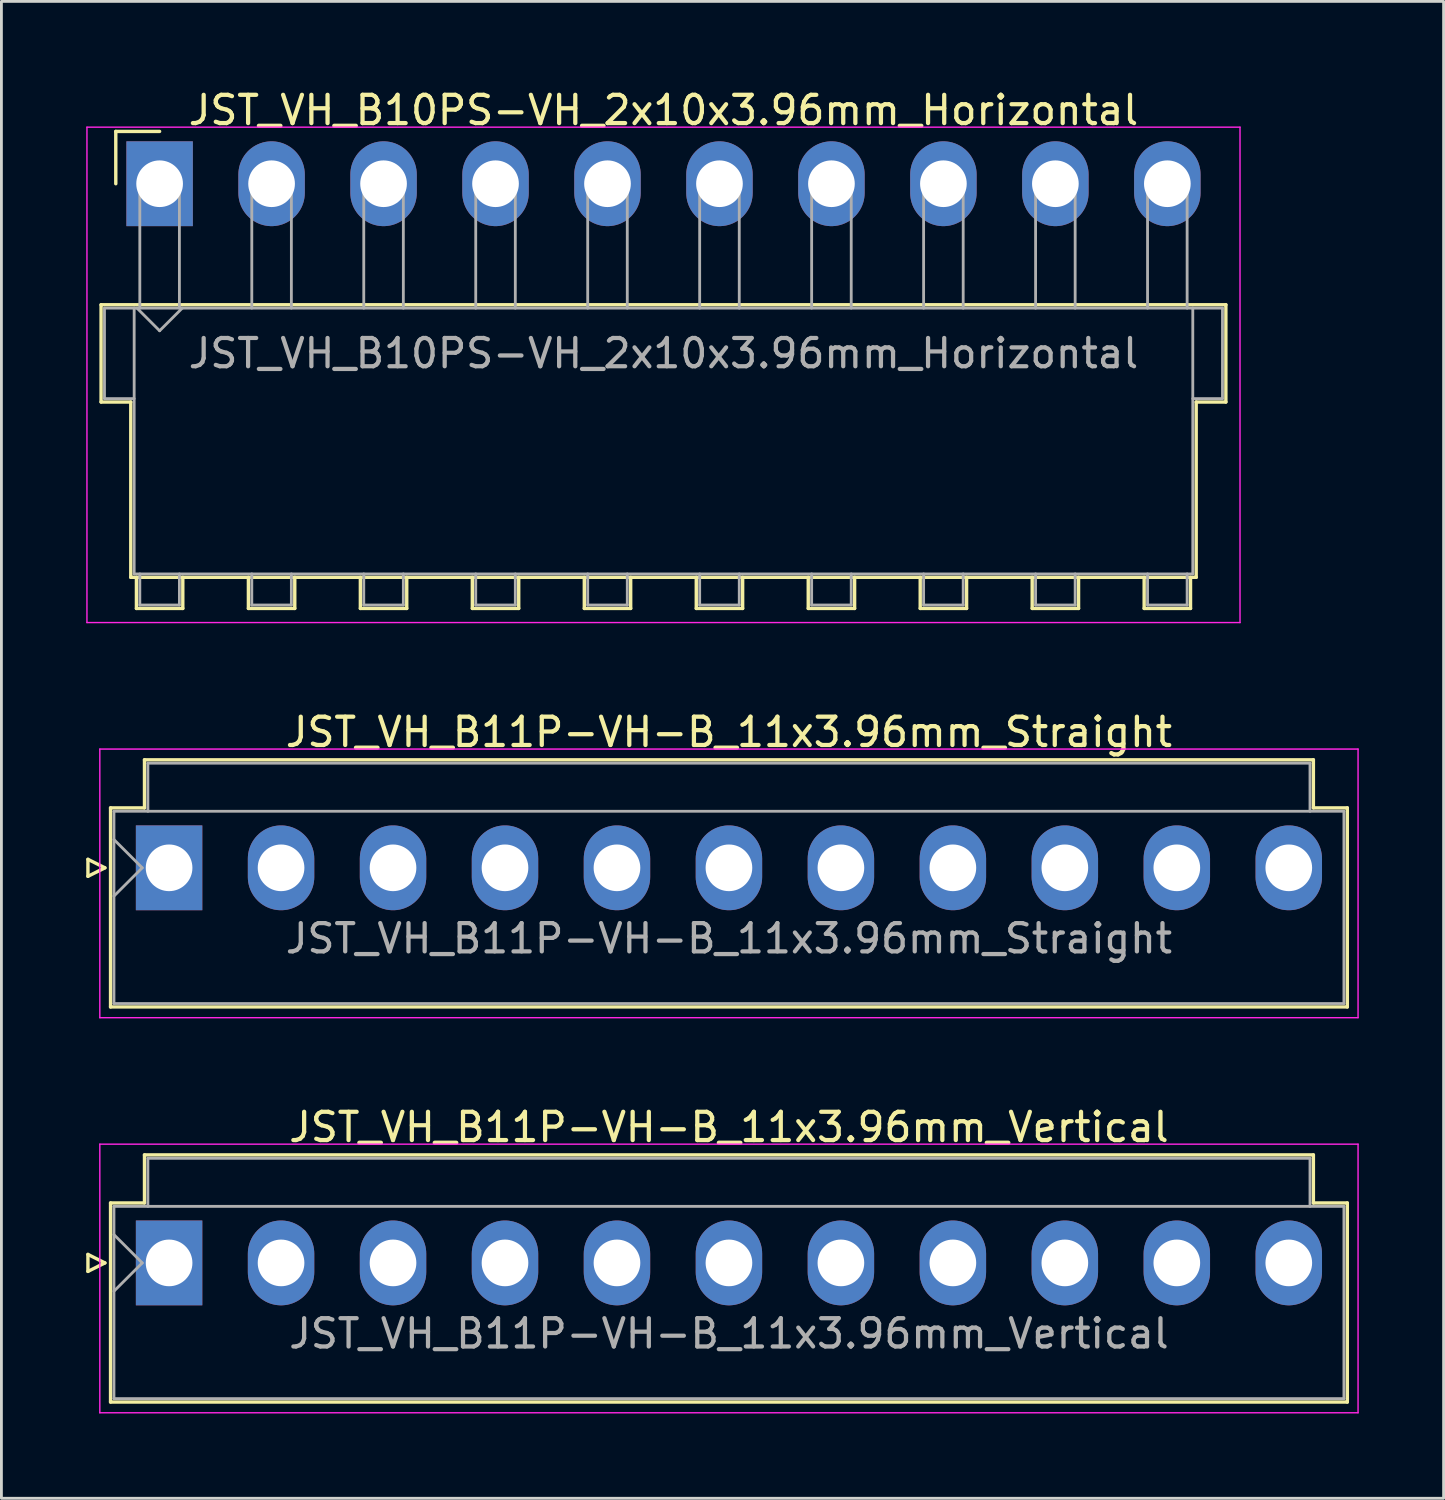
<source format=kicad_pcb>
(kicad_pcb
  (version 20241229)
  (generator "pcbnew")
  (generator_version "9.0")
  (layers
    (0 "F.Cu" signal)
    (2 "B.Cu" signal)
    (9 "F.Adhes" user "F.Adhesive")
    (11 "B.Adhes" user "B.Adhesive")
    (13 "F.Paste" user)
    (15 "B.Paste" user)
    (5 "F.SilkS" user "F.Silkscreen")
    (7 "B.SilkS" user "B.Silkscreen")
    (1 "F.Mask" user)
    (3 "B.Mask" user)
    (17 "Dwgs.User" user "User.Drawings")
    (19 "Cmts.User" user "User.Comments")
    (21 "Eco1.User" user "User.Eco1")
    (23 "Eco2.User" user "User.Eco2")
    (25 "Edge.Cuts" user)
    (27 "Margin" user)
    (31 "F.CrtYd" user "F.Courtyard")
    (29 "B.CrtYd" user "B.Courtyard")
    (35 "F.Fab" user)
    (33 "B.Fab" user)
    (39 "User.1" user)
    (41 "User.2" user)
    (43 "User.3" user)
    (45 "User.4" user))
  (footprint "JST_VH_B11P-VH-B_11x3.96mm_Straight"
    (layer "F.Cu")
    (at 2.93 27.642)
    (property "Reference" "JST_VH_B11P-VH-B_11x3.96mm_Straight" (at 19.8 -4.8 0) (layer "F.SilkS") (effects (font (size 1 1) (thickness 0.15))))
    (attr through_hole)
    (fp_line (start -2.87 -0.3) (end -2.27 0) (stroke (width 0.12) (type solid)) (layer "F.SilkS"))
    (fp_line (start -2.87 0.3) (end -2.87 -0.3) (stroke (width 0.12) (type solid)) (layer "F.SilkS"))
    (fp_line (start -2.27 0) (end -2.87 0.3) (stroke (width 0.12) (type solid)) (layer "F.SilkS"))
    (fp_line (start -2.07 -2.12) (end -0.87 -2.12) (stroke (width 0.12) (type solid)) (layer "F.SilkS"))
    (fp_line (start -2.07 4.92) (end -2.07 -2.12) (stroke (width 0.12) (type solid)) (layer "F.SilkS"))
    (fp_line (start -0.87 -3.82) (end 40.47 -3.82) (stroke (width 0.12) (type solid)) (layer "F.SilkS"))
    (fp_line (start -0.87 -2.12) (end -0.87 -3.82) (stroke (width 0.12) (type solid)) (layer "F.SilkS"))
    (fp_line (start 40.47 -3.82) (end 40.47 -2.12) (stroke (width 0.12) (type solid)) (layer "F.SilkS"))
    (fp_line (start 40.47 -2.12) (end 41.67 -2.12) (stroke (width 0.12) (type solid)) (layer "F.SilkS"))
    (fp_line (start 41.67 -2.12) (end 41.67 4.92) (stroke (width 0.12) (type solid)) (layer "F.SilkS"))
    (fp_line (start 41.67 4.92) (end -2.07 4.92) (stroke (width 0.12) (type solid)) (layer "F.SilkS"))
    (fp_line (start -2.45 -4.2) (end -2.45 5.3) (stroke (width 0.05) (type solid)) (layer "F.CrtYd"))
    (fp_line (start -2.45 5.3) (end 42.05 5.3) (stroke (width 0.05) (type solid)) (layer "F.CrtYd"))
    (fp_line (start 42.05 -4.2) (end -2.45 -4.2) (stroke (width 0.05) (type solid)) (layer "F.CrtYd"))
    (fp_line (start 42.05 5.3) (end 42.05 -4.2) (stroke (width 0.05) (type solid)) (layer "F.CrtYd"))
    (fp_line (start -1.95 -2) (end -1.95 4.8) (stroke (width 0.1) (type solid)) (layer "F.Fab"))
    (fp_line (start -1.95 -1) (end -0.95 0) (stroke (width 0.1) (type solid)) (layer "F.Fab"))
    (fp_line (start -1.95 1) (end -0.95 0) (stroke (width 0.1) (type solid)) (layer "F.Fab"))
    (fp_line (start -1.95 4.8) (end 41.55 4.8) (stroke (width 0.1) (type solid)) (layer "F.Fab"))
    (fp_line (start -0.75 -3.7) (end 40.35 -3.7) (stroke (width 0.1) (type solid)) (layer "F.Fab"))
    (fp_line (start -0.75 -2) (end -0.75 -3.7) (stroke (width 0.1) (type solid)) (layer "F.Fab"))
    (fp_line (start 40.35 -3.7) (end 40.35 -2) (stroke (width 0.1) (type solid)) (layer "F.Fab"))
    (fp_line (start 41.55 -2) (end -1.95 -2) (stroke (width 0.1) (type solid)) (layer "F.Fab"))
    (fp_line (start 41.55 4.8) (end 41.55 -2) (stroke (width 0.1) (type solid)) (layer "F.Fab"))
    (fp_text user "${REFERENCE}" (at 19.8 2.5 0) (layer "F.Fab") (effects (font (size 1 1) (thickness 0.15))))
    (pad "1" thru_hole rect (at 0 0) (size 2.35 3) (drill 1.65) (layers "*.Cu" "*.Mask"))
    (pad "2" thru_hole oval (at 3.96 0) (size 2.35 3) (drill 1.65) (layers "*.Cu" "*.Mask"))
    (pad "3" thru_hole oval (at 7.92 0) (size 2.35 3) (drill 1.65) (layers "*.Cu" "*.Mask"))
    (pad "4" thru_hole oval (at 11.88 0) (size 2.35 3) (drill 1.65) (layers "*.Cu" "*.Mask"))
    (pad "5" thru_hole oval (at 15.84 0) (size 2.35 3) (drill 1.65) (layers "*.Cu" "*.Mask"))
    (pad "6" thru_hole oval (at 19.8 0) (size 2.35 3) (drill 1.65) (layers "*.Cu" "*.Mask"))
    (pad "7" thru_hole oval (at 23.76 0) (size 2.35 3) (drill 1.65) (layers "*.Cu" "*.Mask"))
    (pad "8" thru_hole oval (at 27.72 0) (size 2.35 3) (drill 1.65) (layers "*.Cu" "*.Mask"))
    (pad "9" thru_hole oval (at 31.68 0) (size 2.35 3) (drill 1.65) (layers "*.Cu" "*.Mask"))
    (pad "10" thru_hole oval (at 35.64 0) (size 2.35 3) (drill 1.65) (layers "*.Cu" "*.Mask"))
    (pad "11" thru_hole oval (at 39.6 0) (size 2.35 3) (drill 1.65) (layers "*.Cu" "*.Mask")))
  (footprint "JST_VH_B11P-VH-B_11x3.96mm_Vertical"
    (layer "F.Cu")
    (at 2.93 41.615)
    (property "Reference" "JST_VH_B11P-VH-B_11x3.96mm_Vertical" (at 19.8 -4.8 0) (layer "F.SilkS") (effects (font (size 1 1) (thickness 0.15))))
    (attr through_hole)
    (fp_line (start -2.87 -0.3) (end -2.27 0) (stroke (width 0.12) (type solid)) (layer "F.SilkS"))
    (fp_line (start -2.87 0.3) (end -2.87 -0.3) (stroke (width 0.12) (type solid)) (layer "F.SilkS"))
    (fp_line (start -2.27 0) (end -2.87 0.3) (stroke (width 0.12) (type solid)) (layer "F.SilkS"))
    (fp_line (start -2.07 -2.12) (end -0.87 -2.12) (stroke (width 0.12) (type solid)) (layer "F.SilkS"))
    (fp_line (start -2.07 4.92) (end -2.07 -2.12) (stroke (width 0.12) (type solid)) (layer "F.SilkS"))
    (fp_line (start -0.87 -3.82) (end 40.47 -3.82) (stroke (width 0.12) (type solid)) (layer "F.SilkS"))
    (fp_line (start -0.87 -2.12) (end -0.87 -3.82) (stroke (width 0.12) (type solid)) (layer "F.SilkS"))
    (fp_line (start 40.47 -3.82) (end 40.47 -2.12) (stroke (width 0.12) (type solid)) (layer "F.SilkS"))
    (fp_line (start 40.47 -2.12) (end 41.67 -2.12) (stroke (width 0.12) (type solid)) (layer "F.SilkS"))
    (fp_line (start 41.67 -2.12) (end 41.67 4.92) (stroke (width 0.12) (type solid)) (layer "F.SilkS"))
    (fp_line (start 41.67 4.92) (end -2.07 4.92) (stroke (width 0.12) (type solid)) (layer "F.SilkS"))
    (fp_line (start -2.45 -4.2) (end -2.45 5.3) (stroke (width 0.05) (type solid)) (layer "F.CrtYd"))
    (fp_line (start -2.45 5.3) (end 42.05 5.3) (stroke (width 0.05) (type solid)) (layer "F.CrtYd"))
    (fp_line (start 42.05 -4.2) (end -2.45 -4.2) (stroke (width 0.05) (type solid)) (layer "F.CrtYd"))
    (fp_line (start 42.05 5.3) (end 42.05 -4.2) (stroke (width 0.05) (type solid)) (layer "F.CrtYd"))
    (fp_line (start -1.95 -2) (end -1.95 4.8) (stroke (width 0.1) (type solid)) (layer "F.Fab"))
    (fp_line (start -1.95 -1) (end -0.95 0) (stroke (width 0.1) (type solid)) (layer "F.Fab"))
    (fp_line (start -1.95 1) (end -0.95 0) (stroke (width 0.1) (type solid)) (layer "F.Fab"))
    (fp_line (start -1.95 4.8) (end 41.55 4.8) (stroke (width 0.1) (type solid)) (layer "F.Fab"))
    (fp_line (start -0.75 -3.7) (end 40.35 -3.7) (stroke (width 0.1) (type solid)) (layer "F.Fab"))
    (fp_line (start -0.75 -2) (end -0.75 -3.7) (stroke (width 0.1) (type solid)) (layer "F.Fab"))
    (fp_line (start 40.35 -3.7) (end 40.35 -2) (stroke (width 0.1) (type solid)) (layer "F.Fab"))
    (fp_line (start 41.55 -2) (end -1.95 -2) (stroke (width 0.1) (type solid)) (layer "F.Fab"))
    (fp_line (start 41.55 4.8) (end 41.55 -2) (stroke (width 0.1) (type solid)) (layer "F.Fab"))
    (fp_text user "${REFERENCE}" (at 19.8 2.5 0) (layer "F.Fab") (effects (font (size 1 1) (thickness 0.15))))
    (pad "1" thru_hole rect (at 0 0) (size 2.35 3) (drill 1.65) (layers "*.Cu" "*.Mask"))
    (pad "2" thru_hole oval (at 3.96 0) (size 2.35 3) (drill 1.65) (layers "*.Cu" "*.Mask"))
    (pad "3" thru_hole oval (at 7.92 0) (size 2.35 3) (drill 1.65) (layers "*.Cu" "*.Mask"))
    (pad "4" thru_hole oval (at 11.88 0) (size 2.35 3) (drill 1.65) (layers "*.Cu" "*.Mask"))
    (pad "5" thru_hole oval (at 15.84 0) (size 2.35 3) (drill 1.65) (layers "*.Cu" "*.Mask"))
    (pad "6" thru_hole oval (at 19.8 0) (size 2.35 3) (drill 1.65) (layers "*.Cu" "*.Mask"))
    (pad "7" thru_hole oval (at 23.76 0) (size 2.35 3) (drill 1.65) (layers "*.Cu" "*.Mask"))
    (pad "8" thru_hole oval (at 27.72 0) (size 2.35 3) (drill 1.65) (layers "*.Cu" "*.Mask"))
    (pad "9" thru_hole oval (at 31.68 0) (size 2.35 3) (drill 1.65) (layers "*.Cu" "*.Mask"))
    (pad "10" thru_hole oval (at 35.64 0) (size 2.35 3) (drill 1.65) (layers "*.Cu" "*.Mask"))
    (pad "11" thru_hole oval (at 39.6 0) (size 2.35 3) (drill 1.65) (layers "*.Cu" "*.Mask")))
  (footprint "JST_VH_B10PS-VH_2x10x3.96mm_Horizontal"
    (layer "F.Cu")
    (at 2.595 3.448)
    (property "Reference" "JST_VH_B10PS-VH_2x10x3.96mm_Horizontal" (at 17.82 -2.6 0) (layer "F.SilkS") (effects (font (size 1 1) (thickness 0.15))))
    (attr through_hole)
    (fp_line (start -2.07 4.28) (end 37.71 4.28) (stroke (width 0.12) (type solid)) (layer "F.SilkS"))
    (fp_line (start -2.07 7.72) (end -2.07 4.28) (stroke (width 0.12) (type solid)) (layer "F.SilkS"))
    (fp_line (start -1.55 -1.85) (end -1.55 0) (stroke (width 0.12) (type solid)) (layer "F.SilkS"))
    (fp_line (start -1.02 7.72) (end -2.07 7.72) (stroke (width 0.12) (type solid)) (layer "F.SilkS"))
    (fp_line (start -1.02 13.92) (end -1.02 7.72) (stroke (width 0.12) (type solid)) (layer "F.SilkS"))
    (fp_line (start -0.82 13.92) (end -0.82 15.02) (stroke (width 0.12) (type solid)) (layer "F.SilkS"))
    (fp_line (start -0.82 15.02) (end 0.82 15.02) (stroke (width 0.12) (type solid)) (layer "F.SilkS"))
    (fp_line (start 0 -1.85) (end -1.55 -1.85) (stroke (width 0.12) (type solid)) (layer "F.SilkS"))
    (fp_line (start 0.82 15.02) (end 0.82 13.92) (stroke (width 0.12) (type solid)) (layer "F.SilkS"))
    (fp_line (start 3.14 13.92) (end 3.14 15.02) (stroke (width 0.12) (type solid)) (layer "F.SilkS"))
    (fp_line (start 3.14 15.02) (end 4.78 15.02) (stroke (width 0.12) (type solid)) (layer "F.SilkS"))
    (fp_line (start 4.78 15.02) (end 4.78 13.92) (stroke (width 0.12) (type solid)) (layer "F.SilkS"))
    (fp_line (start 7.1 13.92) (end 7.1 15.02) (stroke (width 0.12) (type solid)) (layer "F.SilkS"))
    (fp_line (start 7.1 15.02) (end 8.74 15.02) (stroke (width 0.12) (type solid)) (layer "F.SilkS"))
    (fp_line (start 8.74 15.02) (end 8.74 13.92) (stroke (width 0.12) (type solid)) (layer "F.SilkS"))
    (fp_line (start 11.06 13.92) (end 11.06 15.02) (stroke (width 0.12) (type solid)) (layer "F.SilkS"))
    (fp_line (start 11.06 15.02) (end 12.7 15.02) (stroke (width 0.12) (type solid)) (layer "F.SilkS"))
    (fp_line (start 12.7 15.02) (end 12.7 13.92) (stroke (width 0.12) (type solid)) (layer "F.SilkS"))
    (fp_line (start 15.02 13.92) (end 15.02 15.02) (stroke (width 0.12) (type solid)) (layer "F.SilkS"))
    (fp_line (start 15.02 15.02) (end 16.66 15.02) (stroke (width 0.12) (type solid)) (layer "F.SilkS"))
    (fp_line (start 16.66 15.02) (end 16.66 13.92) (stroke (width 0.12) (type solid)) (layer "F.SilkS"))
    (fp_line (start 18.98 13.92) (end 18.98 15.02) (stroke (width 0.12) (type solid)) (layer "F.SilkS"))
    (fp_line (start 18.98 15.02) (end 20.62 15.02) (stroke (width 0.12) (type solid)) (layer "F.SilkS"))
    (fp_line (start 20.62 15.02) (end 20.62 13.92) (stroke (width 0.12) (type solid)) (layer "F.SilkS"))
    (fp_line (start 22.94 13.92) (end 22.94 15.02) (stroke (width 0.12) (type solid)) (layer "F.SilkS"))
    (fp_line (start 22.94 15.02) (end 24.58 15.02) (stroke (width 0.12) (type solid)) (layer "F.SilkS"))
    (fp_line (start 24.58 15.02) (end 24.58 13.92) (stroke (width 0.12) (type solid)) (layer "F.SilkS"))
    (fp_line (start 26.9 13.92) (end 26.9 15.02) (stroke (width 0.12) (type solid)) (layer "F.SilkS"))
    (fp_line (start 26.9 15.02) (end 28.54 15.02) (stroke (width 0.12) (type solid)) (layer "F.SilkS"))
    (fp_line (start 28.54 15.02) (end 28.54 13.92) (stroke (width 0.12) (type solid)) (layer "F.SilkS"))
    (fp_line (start 30.86 13.92) (end 30.86 15.02) (stroke (width 0.12) (type solid)) (layer "F.SilkS"))
    (fp_line (start 30.86 15.02) (end 32.5 15.02) (stroke (width 0.12) (type solid)) (layer "F.SilkS"))
    (fp_line (start 32.5 15.02) (end 32.5 13.92) (stroke (width 0.12) (type solid)) (layer "F.SilkS"))
    (fp_line (start 34.82 13.92) (end 34.82 15.02) (stroke (width 0.12) (type solid)) (layer "F.SilkS"))
    (fp_line (start 34.82 15.02) (end 36.46 15.02) (stroke (width 0.12) (type solid)) (layer "F.SilkS"))
    (fp_line (start 36.46 15.02) (end 36.46 13.92) (stroke (width 0.12) (type solid)) (layer "F.SilkS"))
    (fp_line (start 36.66 7.72) (end 36.66 13.92) (stroke (width 0.12) (type solid)) (layer "F.SilkS"))
    (fp_line (start 36.66 13.92) (end -1.02 13.92) (stroke (width 0.12) (type solid)) (layer "F.SilkS"))
    (fp_line (start 37.71 4.28) (end 37.71 7.72) (stroke (width 0.12) (type solid)) (layer "F.SilkS"))
    (fp_line (start 37.71 7.72) (end 36.66 7.72) (stroke (width 0.12) (type solid)) (layer "F.SilkS"))
    (fp_line (start -2.57 -2) (end -2.57 15.52) (stroke (width 0.05) (type solid)) (layer "F.CrtYd"))
    (fp_line (start -2.57 15.52) (end 38.21 15.52) (stroke (width 0.05) (type solid)) (layer "F.CrtYd"))
    (fp_line (start 38.21 -2) (end -2.57 -2) (stroke (width 0.05) (type solid)) (layer "F.CrtYd"))
    (fp_line (start 38.21 15.52) (end 38.21 -2) (stroke (width 0.05) (type solid)) (layer "F.CrtYd"))
    (fp_line (start -1.95 4.4) (end -0.9 4.4) (stroke (width 0.1) (type solid)) (layer "F.Fab"))
    (fp_line (start -1.95 7.6) (end -1.95 4.4) (stroke (width 0.1) (type solid)) (layer "F.Fab"))
    (fp_line (start -0.9 4.4) (end -0.9 13.8) (stroke (width 0.1) (type solid)) (layer "F.Fab"))
    (fp_line (start -0.9 7.6) (end -1.95 7.6) (stroke (width 0.1) (type solid)) (layer "F.Fab"))
    (fp_line (start -0.9 13.8) (end 36.54 13.8) (stroke (width 0.1) (type solid)) (layer "F.Fab"))
    (fp_line (start -0.8 4.4) (end 0 5.2) (stroke (width 0.1) (type solid)) (layer "F.Fab"))
    (fp_line (start -0.7 0) (end 0.7 0) (stroke (width 0.1) (type solid)) (layer "F.Fab"))
    (fp_line (start -0.7 4.4) (end -0.7 0) (stroke (width 0.1) (type solid)) (layer "F.Fab"))
    (fp_line (start -0.7 13.8) (end -0.7 14.9) (stroke (width 0.1) (type solid)) (layer "F.Fab"))
    (fp_line (start -0.7 14.9) (end 0.7 14.9) (stroke (width 0.1) (type solid)) (layer "F.Fab"))
    (fp_line (start 0 5.2) (end 0.8 4.4) (stroke (width 0.1) (type solid)) (layer "F.Fab"))
    (fp_line (start 0.7 0) (end 0.7 4.4) (stroke (width 0.1) (type solid)) (layer "F.Fab"))
    (fp_line (start 0.7 14.9) (end 0.7 13.8) (stroke (width 0.1) (type solid)) (layer "F.Fab"))
    (fp_line (start 3.26 0) (end 4.66 0) (stroke (width 0.1) (type solid)) (layer "F.Fab"))
    (fp_line (start 3.26 4.4) (end 3.26 0) (stroke (width 0.1) (type solid)) (layer "F.Fab"))
    (fp_line (start 3.26 13.8) (end 3.26 14.9) (stroke (width 0.1) (type solid)) (layer "F.Fab"))
    (fp_line (start 3.26 14.9) (end 4.66 14.9) (stroke (width 0.1) (type solid)) (layer "F.Fab"))
    (fp_line (start 4.66 0) (end 4.66 4.4) (stroke (width 0.1) (type solid)) (layer "F.Fab"))
    (fp_line (start 4.66 14.9) (end 4.66 13.8) (stroke (width 0.1) (type solid)) (layer "F.Fab"))
    (fp_line (start 7.22 0) (end 8.62 0) (stroke (width 0.1) (type solid)) (layer "F.Fab"))
    (fp_line (start 7.22 4.4) (end 7.22 0) (stroke (width 0.1) (type solid)) (layer "F.Fab"))
    (fp_line (start 7.22 13.8) (end 7.22 14.9) (stroke (width 0.1) (type solid)) (layer "F.Fab"))
    (fp_line (start 7.22 14.9) (end 8.62 14.9) (stroke (width 0.1) (type solid)) (layer "F.Fab"))
    (fp_line (start 8.62 0) (end 8.62 4.4) (stroke (width 0.1) (type solid)) (layer "F.Fab"))
    (fp_line (start 8.62 14.9) (end 8.62 13.8) (stroke (width 0.1) (type solid)) (layer "F.Fab"))
    (fp_line (start 11.18 0) (end 12.58 0) (stroke (width 0.1) (type solid)) (layer "F.Fab"))
    (fp_line (start 11.18 4.4) (end 11.18 0) (stroke (width 0.1) (type solid)) (layer "F.Fab"))
    (fp_line (start 11.18 13.8) (end 11.18 14.9) (stroke (width 0.1) (type solid)) (layer "F.Fab"))
    (fp_line (start 11.18 14.9) (end 12.58 14.9) (stroke (width 0.1) (type solid)) (layer "F.Fab"))
    (fp_line (start 12.58 0) (end 12.58 4.4) (stroke (width 0.1) (type solid)) (layer "F.Fab"))
    (fp_line (start 12.58 14.9) (end 12.58 13.8) (stroke (width 0.1) (type solid)) (layer "F.Fab"))
    (fp_line (start 15.14 0) (end 16.54 0) (stroke (width 0.1) (type solid)) (layer "F.Fab"))
    (fp_line (start 15.14 4.4) (end 15.14 0) (stroke (width 0.1) (type solid)) (layer "F.Fab"))
    (fp_line (start 15.14 13.8) (end 15.14 14.9) (stroke (width 0.1) (type solid)) (layer "F.Fab"))
    (fp_line (start 15.14 14.9) (end 16.54 14.9) (stroke (width 0.1) (type solid)) (layer "F.Fab"))
    (fp_line (start 16.54 0) (end 16.54 4.4) (stroke (width 0.1) (type solid)) (layer "F.Fab"))
    (fp_line (start 16.54 14.9) (end 16.54 13.8) (stroke (width 0.1) (type solid)) (layer "F.Fab"))
    (fp_line (start 19.1 0) (end 20.5 0) (stroke (width 0.1) (type solid)) (layer "F.Fab"))
    (fp_line (start 19.1 4.4) (end 19.1 0) (stroke (width 0.1) (type solid)) (layer "F.Fab"))
    (fp_line (start 19.1 13.8) (end 19.1 14.9) (stroke (width 0.1) (type solid)) (layer "F.Fab"))
    (fp_line (start 19.1 14.9) (end 20.5 14.9) (stroke (width 0.1) (type solid)) (layer "F.Fab"))
    (fp_line (start 20.5 0) (end 20.5 4.4) (stroke (width 0.1) (type solid)) (layer "F.Fab"))
    (fp_line (start 20.5 14.9) (end 20.5 13.8) (stroke (width 0.1) (type solid)) (layer "F.Fab"))
    (fp_line (start 23.06 0) (end 24.46 0) (stroke (width 0.1) (type solid)) (layer "F.Fab"))
    (fp_line (start 23.06 4.4) (end 23.06 0) (stroke (width 0.1) (type solid)) (layer "F.Fab"))
    (fp_line (start 23.06 13.8) (end 23.06 14.9) (stroke (width 0.1) (type solid)) (layer "F.Fab"))
    (fp_line (start 23.06 14.9) (end 24.46 14.9) (stroke (width 0.1) (type solid)) (layer "F.Fab"))
    (fp_line (start 24.46 0) (end 24.46 4.4) (stroke (width 0.1) (type solid)) (layer "F.Fab"))
    (fp_line (start 24.46 14.9) (end 24.46 13.8) (stroke (width 0.1) (type solid)) (layer "F.Fab"))
    (fp_line (start 27.02 0) (end 28.42 0) (stroke (width 0.1) (type solid)) (layer "F.Fab"))
    (fp_line (start 27.02 4.4) (end 27.02 0) (stroke (width 0.1) (type solid)) (layer "F.Fab"))
    (fp_line (start 27.02 13.8) (end 27.02 14.9) (stroke (width 0.1) (type solid)) (layer "F.Fab"))
    (fp_line (start 27.02 14.9) (end 28.42 14.9) (stroke (width 0.1) (type solid)) (layer "F.Fab"))
    (fp_line (start 28.42 0) (end 28.42 4.4) (stroke (width 0.1) (type solid)) (layer "F.Fab"))
    (fp_line (start 28.42 14.9) (end 28.42 13.8) (stroke (width 0.1) (type solid)) (layer "F.Fab"))
    (fp_line (start 30.98 0) (end 32.38 0) (stroke (width 0.1) (type solid)) (layer "F.Fab"))
    (fp_line (start 30.98 4.4) (end 30.98 0) (stroke (width 0.1) (type solid)) (layer "F.Fab"))
    (fp_line (start 30.98 13.8) (end 30.98 14.9) (stroke (width 0.1) (type solid)) (layer "F.Fab"))
    (fp_line (start 30.98 14.9) (end 32.38 14.9) (stroke (width 0.1) (type solid)) (layer "F.Fab"))
    (fp_line (start 32.38 0) (end 32.38 4.4) (stroke (width 0.1) (type solid)) (layer "F.Fab"))
    (fp_line (start 32.38 14.9) (end 32.38 13.8) (stroke (width 0.1) (type solid)) (layer "F.Fab"))
    (fp_line (start 34.94 0) (end 36.34 0) (stroke (width 0.1) (type solid)) (layer "F.Fab"))
    (fp_line (start 34.94 4.4) (end 34.94 0) (stroke (width 0.1) (type solid)) (layer "F.Fab"))
    (fp_line (start 34.94 13.8) (end 34.94 14.9) (stroke (width 0.1) (type solid)) (layer "F.Fab"))
    (fp_line (start 34.94 14.9) (end 36.34 14.9) (stroke (width 0.1) (type solid)) (layer "F.Fab"))
    (fp_line (start 36.34 0) (end 36.34 4.4) (stroke (width 0.1) (type solid)) (layer "F.Fab"))
    (fp_line (start 36.34 14.9) (end 36.34 13.8) (stroke (width 0.1) (type solid)) (layer "F.Fab"))
    (fp_line (start 36.54 4.4) (end -0.9 4.4) (stroke (width 0.1) (type solid)) (layer "F.Fab"))
    (fp_line (start 36.54 4.4) (end 37.59 4.4) (stroke (width 0.1) (type solid)) (layer "F.Fab"))
    (fp_line (start 36.54 13.8) (end 36.54 4.4) (stroke (width 0.1) (type solid)) (layer "F.Fab"))
    (fp_line (start 37.59 4.4) (end 37.59 7.6) (stroke (width 0.1) (type solid)) (layer "F.Fab"))
    (fp_line (start 37.59 7.6) (end 36.54 7.6) (stroke (width 0.1) (type solid)) (layer "F.Fab"))
    (fp_text user "${REFERENCE}" (at 17.82 6 0) (layer "F.Fab") (effects (font (size 1 1) (thickness 0.15))))
    (pad "1" thru_hole rect (at 0 0) (size 2.35 3) (drill 1.65) (layers "*.Cu" "*.Mask"))
    (pad "2" thru_hole oval (at 3.96 0) (size 2.35 3) (drill 1.65) (layers "*.Cu" "*.Mask"))
    (pad "3" thru_hole oval (at 7.92 0) (size 2.35 3) (drill 1.65) (layers "*.Cu" "*.Mask"))
    (pad "4" thru_hole oval (at 11.88 0) (size 2.35 3) (drill 1.65) (layers "*.Cu" "*.Mask"))
    (pad "5" thru_hole oval (at 15.84 0) (size 2.35 3) (drill 1.65) (layers "*.Cu" "*.Mask"))
    (pad "6" thru_hole oval (at 19.8 0) (size 2.35 3) (drill 1.65) (layers "*.Cu" "*.Mask"))
    (pad "7" thru_hole oval (at 23.76 0) (size 2.35 3) (drill 1.65) (layers "*.Cu" "*.Mask"))
    (pad "8" thru_hole oval (at 27.72 0) (size 2.35 3) (drill 1.65) (layers "*.Cu" "*.Mask"))
    (pad "9" thru_hole oval (at 31.68 0) (size 2.35 3) (drill 1.65) (layers "*.Cu" "*.Mask"))
    (pad "10" thru_hole oval (at 35.64 0) (size 2.35 3) (drill 1.65) (layers "*.Cu" "*.Mask")))
  (gr_rect
    (start -3 -3)
    (end 48.005 49.94)
    (stroke (width 0.1) (type default))
    (fill no)
    (layer "Edge.Cuts")))
</source>
